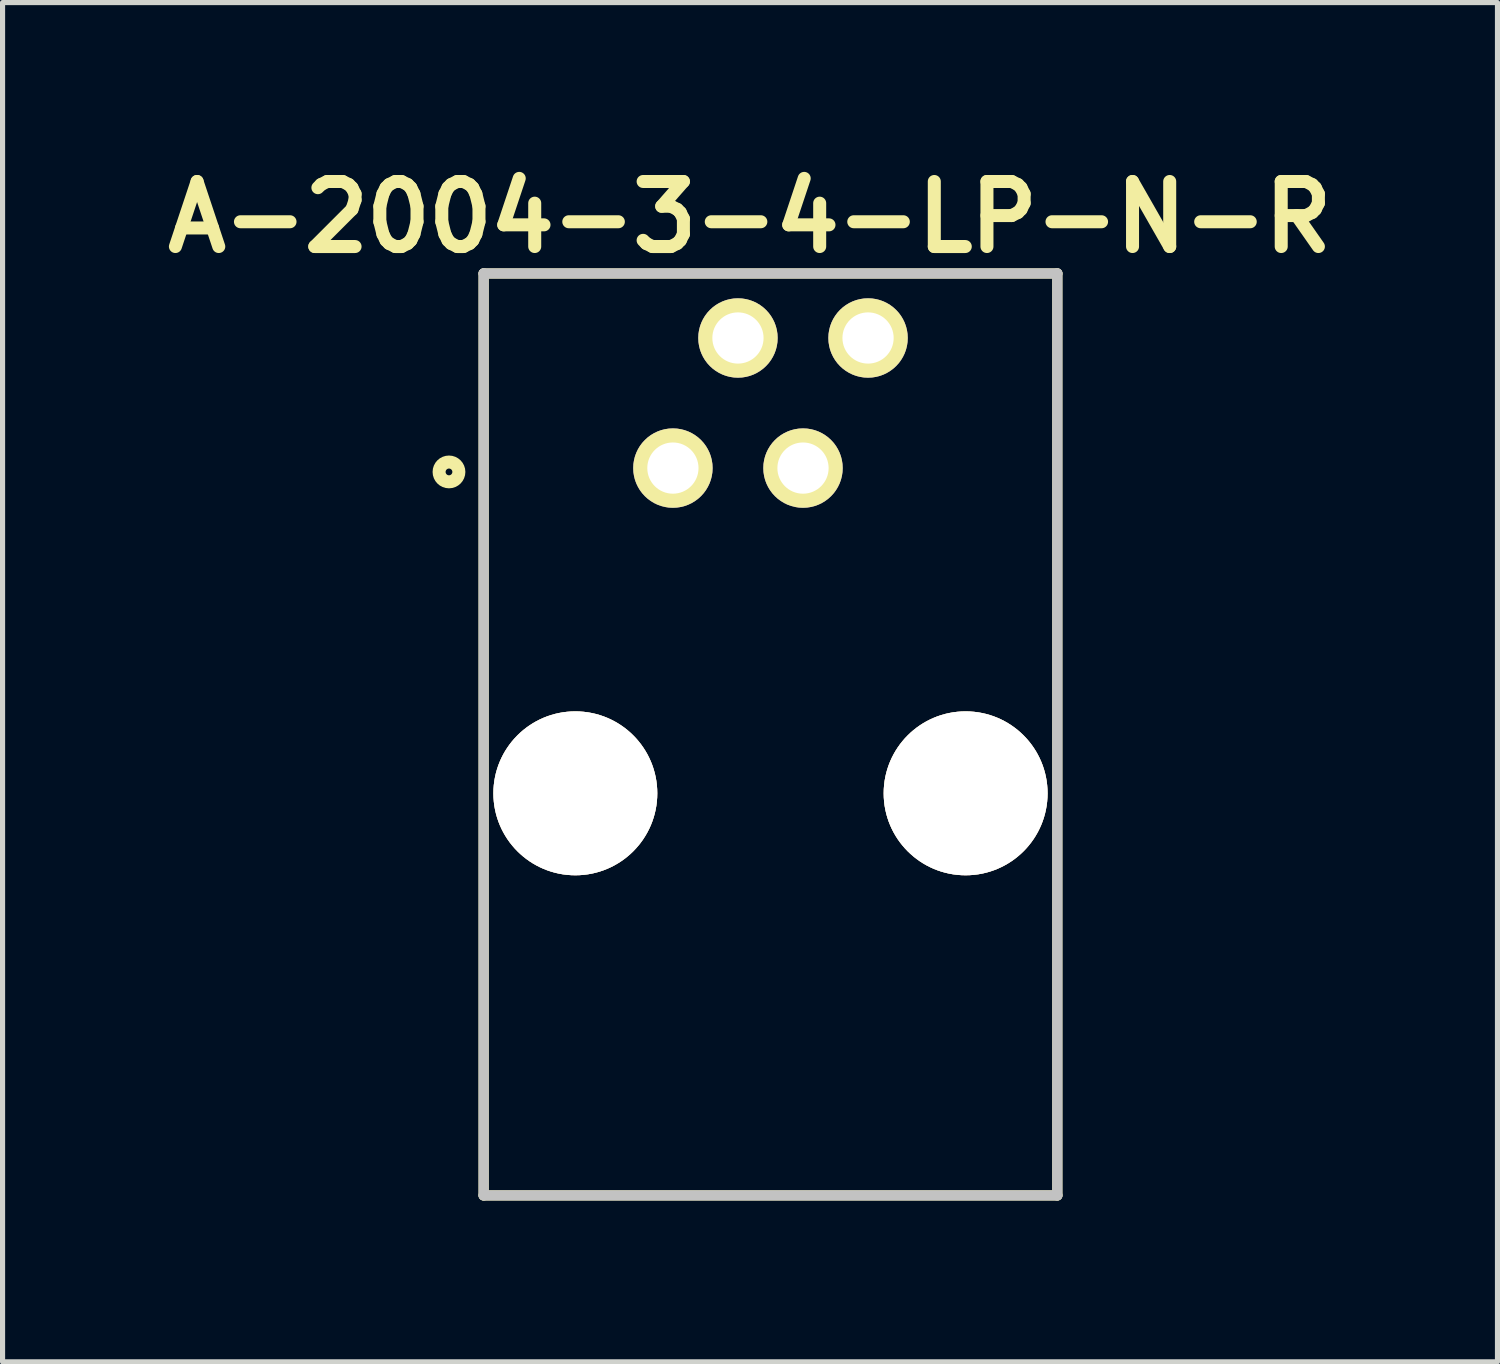
<source format=kicad_pcb>
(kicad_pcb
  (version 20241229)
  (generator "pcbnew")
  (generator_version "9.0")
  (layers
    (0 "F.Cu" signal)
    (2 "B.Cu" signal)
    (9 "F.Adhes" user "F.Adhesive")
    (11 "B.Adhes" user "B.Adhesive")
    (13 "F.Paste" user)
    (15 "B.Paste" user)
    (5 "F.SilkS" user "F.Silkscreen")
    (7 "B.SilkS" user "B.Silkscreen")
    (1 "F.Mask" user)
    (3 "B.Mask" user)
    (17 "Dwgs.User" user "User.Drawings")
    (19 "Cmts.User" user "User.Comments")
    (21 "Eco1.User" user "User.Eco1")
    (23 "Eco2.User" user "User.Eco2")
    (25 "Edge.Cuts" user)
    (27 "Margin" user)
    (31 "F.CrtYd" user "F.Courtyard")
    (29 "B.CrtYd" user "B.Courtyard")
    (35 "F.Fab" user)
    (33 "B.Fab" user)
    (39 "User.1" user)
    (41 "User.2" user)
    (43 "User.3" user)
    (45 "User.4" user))
  (footprint "A-2004-3-4-LP-N-R"
    (layer "F.Cu")
    (at 11.993 20.289)
    (property "Reference" "A-2004-3-4-LP-N-R" (at -0.4 -19.1 0) (layer "F.SilkS") (effects (font (size 1.27 1.27) (thickness 0.254))))
    (attr through_hole)
    (fp_line (start -5.6 -18) (end -5.6 0) (stroke (width 0.2) (type solid)) (layer "F.SilkS"))
    (fp_line (start -5.6 0) (end 5.6 0) (stroke (width 0.2) (type solid)) (layer "F.SilkS"))
    (fp_line (start 5.6 -18) (end -5.6 -18) (stroke (width 0.2) (type solid)) (layer "F.SilkS"))
    (fp_line (start 5.6 0) (end 5.6 -18) (stroke (width 0.2) (type solid)) (layer "F.SilkS"))
    (fp_circle (center -6.277 -14.125) (end -6.47 -14.125) (stroke (width 0.254) (type solid)) (fill no) (layer "F.SilkS"))
    (fp_line (start -5.6 -18) (end 5.6 -18) (stroke (width 0.2) (type solid)) (layer "Dwgs.User"))
    (fp_line (start -5.6 0) (end -5.6 -18) (stroke (width 0.2) (type solid)) (layer "Dwgs.User"))
    (fp_line (start 5.6 -18) (end 5.6 0) (stroke (width 0.2) (type solid)) (layer "Dwgs.User"))
    (fp_line (start 5.6 0) (end -5.6 0) (stroke (width 0.2) (type solid)) (layer "Dwgs.User"))
    (pad "1" thru_hole circle (at -1.905 -14.2 90) (size 1.55 1.55) (drill 1) (layers "*.Cu" "*.Mask" "F.SilkS"))
    (pad "2" thru_hole circle (at -0.635 -16.74 90) (size 1.55 1.55) (drill 1) (layers "*.Cu" "*.Mask" "F.SilkS"))
    (pad "3" thru_hole circle (at 0.635 -14.2 90) (size 1.55 1.55) (drill 1) (layers "*.Cu" "*.Mask" "F.SilkS"))
    (pad "4" thru_hole circle (at 1.905 -16.74 90) (size 1.55 1.55) (drill 1) (layers "*.Cu" "*.Mask" "F.SilkS"))
    (pad "5" thru_hole circle (at -3.81 -7.85 90) (size 3.2 3.2) (drill 3.2) (layers "*.Cu" "*.Mask" "F.SilkS"))
    (pad "6" thru_hole circle (at 3.81 -7.85 90) (size 3.2 3.2) (drill 3.2) (layers "*.Cu" "*.Mask" "F.SilkS")))
  (gr_rect
    (start -3 -3)
    (end 26.187 23.539)
    (stroke (width 0.1) (type default))
    (fill no)
    (layer "Edge.Cuts")))
</source>
